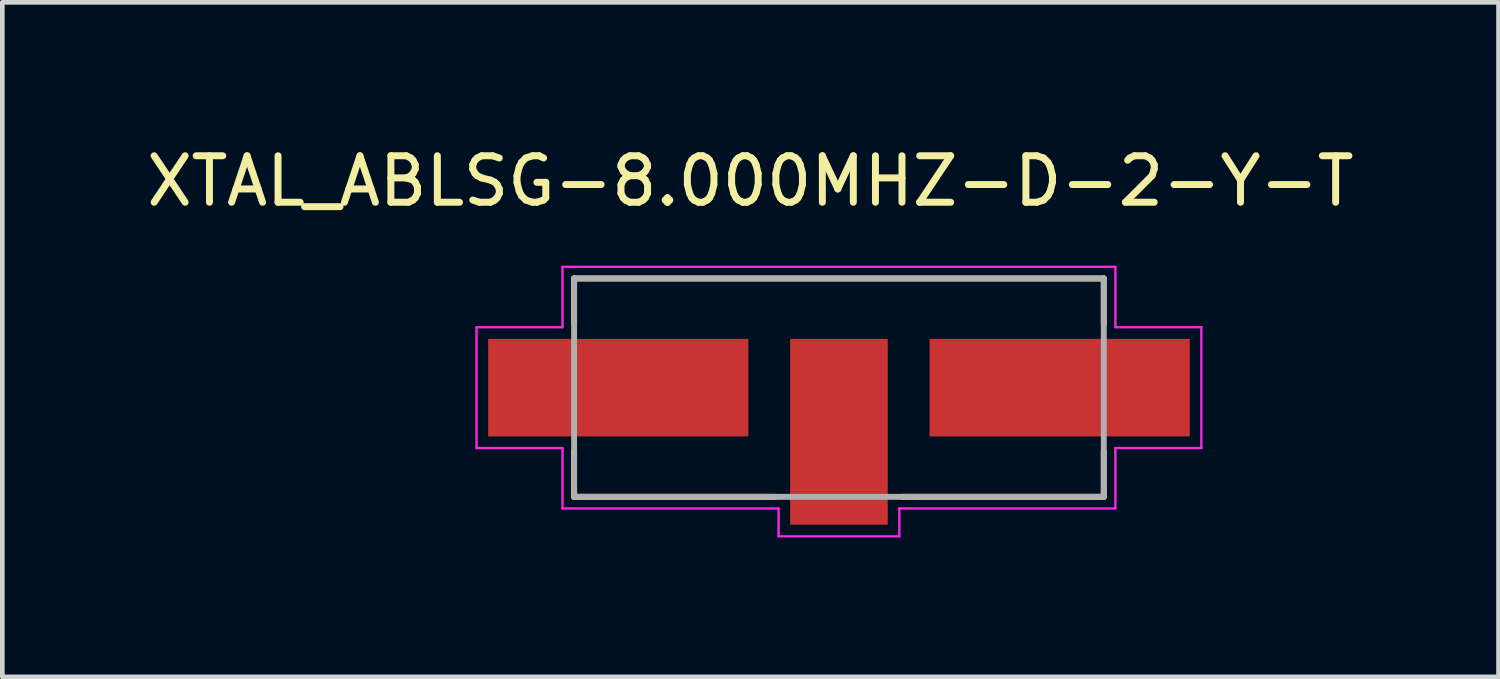
<source format=kicad_pcb>
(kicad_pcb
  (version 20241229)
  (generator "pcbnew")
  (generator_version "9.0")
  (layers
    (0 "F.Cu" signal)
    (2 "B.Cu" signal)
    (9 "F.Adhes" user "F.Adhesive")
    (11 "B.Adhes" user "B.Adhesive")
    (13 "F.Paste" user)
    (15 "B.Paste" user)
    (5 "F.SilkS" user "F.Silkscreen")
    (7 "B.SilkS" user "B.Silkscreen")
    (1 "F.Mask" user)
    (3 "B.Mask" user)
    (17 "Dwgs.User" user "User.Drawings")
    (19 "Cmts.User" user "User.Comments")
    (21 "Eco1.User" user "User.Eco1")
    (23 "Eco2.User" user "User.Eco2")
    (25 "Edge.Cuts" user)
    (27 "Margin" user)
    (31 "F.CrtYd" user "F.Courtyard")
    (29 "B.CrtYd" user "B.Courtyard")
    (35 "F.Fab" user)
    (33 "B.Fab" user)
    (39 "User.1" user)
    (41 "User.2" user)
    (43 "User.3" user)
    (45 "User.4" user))
  (footprint "XTAL_ABLSG-8.000MHZ-D-2-Y-T"
    (layer "F.Cu")
    (at 15.006 5.293)
    (property "Reference" "XTAL_ABLSG-8.000MHZ-D-2-Y-T" (at -1.905 -4.445 0) (layer "F.SilkS") (effects (font (size 1 1) (thickness 0.15))))
    (attr smd)
    (fp_line (start -5.7 -2.35) (end 5.7 -2.35) (stroke (width 0.127) (type solid)) (layer "F.SilkS"))
    (fp_line (start -5.7 -1.37) (end -5.7 -2.35) (stroke (width 0.127) (type solid)) (layer "F.SilkS"))
    (fp_line (start -5.7 2.35) (end -5.7 1.37) (stroke (width 0.127) (type solid)) (layer "F.SilkS"))
    (fp_line (start -5.7 2.35) (end -1.37 2.35) (stroke (width 0.127) (type solid)) (layer "F.SilkS"))
    (fp_line (start 5.7 -2.35) (end 5.7 -1.37) (stroke (width 0.127) (type solid)) (layer "F.SilkS"))
    (fp_line (start 5.7 1.37) (end 5.7 2.35) (stroke (width 0.127) (type solid)) (layer "F.SilkS"))
    (fp_line (start 5.7 2.35) (end 1.37 2.35) (stroke (width 0.127) (type solid)) (layer "F.SilkS"))
    (fp_line (start -7.8 -1.3) (end -5.95 -1.3) (stroke (width 0.05) (type solid)) (layer "F.CrtYd"))
    (fp_line (start -7.8 1.3) (end -7.8 -1.3) (stroke (width 0.05) (type solid)) (layer "F.CrtYd"))
    (fp_line (start -5.95 -2.6) (end 5.95 -2.6) (stroke (width 0.05) (type solid)) (layer "F.CrtYd"))
    (fp_line (start -5.95 -1.3) (end -5.95 -2.6) (stroke (width 0.05) (type solid)) (layer "F.CrtYd"))
    (fp_line (start -5.95 1.3) (end -7.8 1.3) (stroke (width 0.05) (type solid)) (layer "F.CrtYd"))
    (fp_line (start -5.95 2.6) (end -5.95 1.3) (stroke (width 0.05) (type solid)) (layer "F.CrtYd"))
    (fp_line (start -1.3 2.6) (end -5.95 2.6) (stroke (width 0.05) (type solid)) (layer "F.CrtYd"))
    (fp_line (start -1.3 3.2) (end -1.3 2.6) (stroke (width 0.05) (type solid)) (layer "F.CrtYd"))
    (fp_line (start 1.3 2.6) (end 1.3 3.2) (stroke (width 0.05) (type solid)) (layer "F.CrtYd"))
    (fp_line (start 1.3 3.2) (end -1.3 3.2) (stroke (width 0.05) (type solid)) (layer "F.CrtYd"))
    (fp_line (start 5.95 -2.6) (end 5.95 -1.3) (stroke (width 0.05) (type solid)) (layer "F.CrtYd"))
    (fp_line (start 5.95 -1.3) (end 7.8 -1.3) (stroke (width 0.05) (type solid)) (layer "F.CrtYd"))
    (fp_line (start 5.95 1.3) (end 5.95 2.6) (stroke (width 0.05) (type solid)) (layer "F.CrtYd"))
    (fp_line (start 5.95 2.6) (end 1.3 2.6) (stroke (width 0.05) (type solid)) (layer "F.CrtYd"))
    (fp_line (start 7.8 -1.3) (end 7.8 1.3) (stroke (width 0.05) (type solid)) (layer "F.CrtYd"))
    (fp_line (start 7.8 1.3) (end 5.95 1.3) (stroke (width 0.05) (type solid)) (layer "F.CrtYd"))
    (fp_line (start -5.7 -2.35) (end 5.7 -2.35) (stroke (width 0.127) (type solid)) (layer "F.Fab"))
    (fp_line (start -5.7 2.35) (end -5.7 -2.35) (stroke (width 0.127) (type solid)) (layer "F.Fab"))
    (fp_line (start 5.7 -2.35) (end 5.7 2.35) (stroke (width 0.127) (type solid)) (layer "F.Fab"))
    (fp_line (start 5.7 2.35) (end -5.7 2.35) (stroke (width 0.127) (type solid)) (layer "F.Fab"))
    (pad "1" smd rect (at -4.75 0) (size 5.6 2.1) (layers "F.Cu" "F.Mask" "F.Paste"))
    (pad "2" smd rect (at 4.75 0) (size 5.6 2.1) (layers "F.Cu" "F.Mask" "F.Paste"))
    (pad "3" smd rect (at 0 0.95) (size 2.1 4) (layers "F.Cu" "F.Mask" "F.Paste")))
  (gr_rect
    (start -3 -3)
    (end 29.202 11.518)
    (stroke (width 0.1) (type default))
    (fill no)
    (layer "Edge.Cuts")))
</source>
